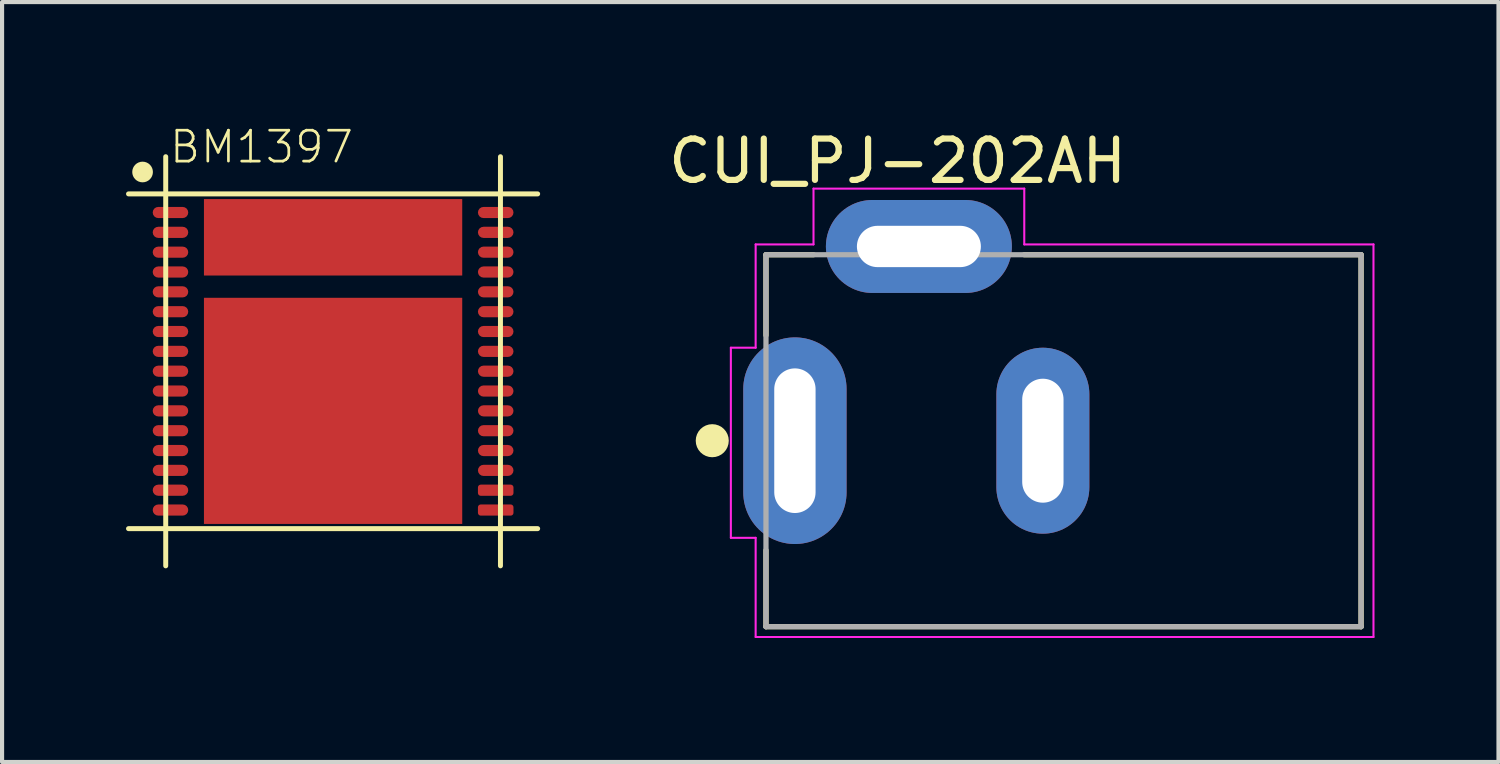
<source format=kicad_pcb>
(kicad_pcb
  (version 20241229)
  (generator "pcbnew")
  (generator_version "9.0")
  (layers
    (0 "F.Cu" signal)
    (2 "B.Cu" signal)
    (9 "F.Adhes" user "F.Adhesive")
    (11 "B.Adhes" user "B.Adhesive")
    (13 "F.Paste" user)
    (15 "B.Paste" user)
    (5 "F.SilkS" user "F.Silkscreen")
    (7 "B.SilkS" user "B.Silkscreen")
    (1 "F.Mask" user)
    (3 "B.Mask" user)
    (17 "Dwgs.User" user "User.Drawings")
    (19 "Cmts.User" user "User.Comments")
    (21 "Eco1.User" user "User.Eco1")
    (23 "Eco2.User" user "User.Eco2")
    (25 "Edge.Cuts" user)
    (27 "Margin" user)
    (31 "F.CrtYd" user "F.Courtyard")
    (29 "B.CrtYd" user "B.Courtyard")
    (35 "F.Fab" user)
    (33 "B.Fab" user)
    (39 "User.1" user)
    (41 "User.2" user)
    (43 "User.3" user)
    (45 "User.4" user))
  (footprint "BM1397"
    (layer "F.Cu")
    (at 5.01 5.692)
    (property "Reference" "BM1397" (at -4 -4.749 0) (layer "F.SilkS") (effects (font (size 0.748 0.748) (thickness 0.065)) (justify left bottom)))
    (fp_line (start -4.95 -4.05) (end 4.95 -4.05) (stroke (width 0.12) (type solid)) (layer "F.SilkS"))
    (fp_line (start -4.05 4.95) (end -4.05 -4.95) (stroke (width 0.12) (type solid)) (layer "F.SilkS"))
    (fp_line (start 4.05 -4.95) (end 4.05 4.95) (stroke (width 0.12) (type solid)) (layer "F.SilkS"))
    (fp_line (start 4.95 4.05) (end -4.95 4.05) (stroke (width 0.12) (type solid)) (layer "F.SilkS"))
    (fp_circle (center -4.61 -4.58) (end -4.485 -4.58) (stroke (width 0.25) (type solid)) (fill no) (layer "F.SilkS"))
    (fp_poly (pts (xy -2.66 -2.3) (xy -1.2 -2.3) (xy -1.2 -3.7) (xy -2.66 -3.7)) (stroke (width 0.1) (type solid)) (fill yes) (layer "F.Paste"))
    (fp_poly (pts (xy -2.66 1) (xy -1.2 1) (xy -1.2 -1.3) (xy -2.66 -1.3)) (stroke (width 0.1) (type solid)) (fill yes) (layer "F.Paste"))
    (fp_poly (pts (xy -2.66 3.7) (xy -1.2 3.7) (xy -1.2 1.4) (xy -2.66 1.4)) (stroke (width 0.1) (type solid)) (fill yes) (layer "F.Paste"))
    (fp_poly (pts (xy -0.56 -2.3) (xy 0.66 -2.3) (xy 0.66 -3.7) (xy -0.56 -3.7)) (stroke (width 0.1) (type solid)) (fill yes) (layer "F.Paste"))
    (fp_poly (pts (xy -0.56 1) (xy 0.66 1) (xy 0.66 -1.3) (xy -0.56 -1.3)) (stroke (width 0.1) (type solid)) (fill yes) (layer "F.Paste"))
    (fp_poly (pts (xy -0.56 3.7) (xy 0.66 3.7) (xy 0.66 1.4) (xy -0.56 1.4)) (stroke (width 0.1) (type solid)) (fill yes) (layer "F.Paste"))
    (fp_poly (pts (xy 1.2 -2.3) (xy 2.66 -2.3) (xy 2.66 -3.7) (xy 1.2 -3.7)) (stroke (width 0.1) (type solid)) (fill yes) (layer "F.Paste"))
    (fp_poly (pts (xy 1.2 1) (xy 2.66 1) (xy 2.66 -1.3) (xy 1.2 -1.3)) (stroke (width 0.1) (type solid)) (fill yes) (layer "F.Paste"))
    (fp_poly (pts (xy 1.2 3.7) (xy 2.66 3.7) (xy 2.66 1.4) (xy 1.2 1.4)) (stroke (width 0.1) (type solid)) (fill yes) (layer "F.Paste"))
    (pad "1" smd roundrect (at -3.935 -3.6) (size 0.86 0.27) (layers "F.Cu" "F.Mask" "F.Paste") (roundrect_rratio 0.5))
    (pad "2" smd roundrect (at -3.935 -3.12) (size 0.86 0.27) (layers "F.Cu" "F.Mask" "F.Paste") (roundrect_rratio 0.5))
    (pad "3" smd roundrect (at -3.935 -2.64) (size 0.86 0.27) (layers "F.Cu" "F.Mask" "F.Paste") (roundrect_rratio 0.5))
    (pad "4" smd roundrect (at -3.935 -2.16) (size 0.86 0.27) (layers "F.Cu" "F.Mask" "F.Paste") (roundrect_rratio 0.5))
    (pad "5" smd roundrect (at -3.935 -1.68) (size 0.86 0.27) (layers "F.Cu" "F.Mask" "F.Paste") (roundrect_rratio 0.5))
    (pad "6" smd roundrect (at -3.935 -1.2) (size 0.86 0.27) (layers "F.Cu" "F.Mask" "F.Paste") (roundrect_rratio 0.5))
    (pad "7" smd roundrect (at -3.935 -0.72) (size 0.86 0.27) (layers "F.Cu" "F.Mask" "F.Paste") (roundrect_rratio 0.5))
    (pad "8" smd roundrect (at -3.935 -0.24) (size 0.86 0.27) (layers "F.Cu" "F.Mask" "F.Paste") (roundrect_rratio 0.5))
    (pad "9" smd roundrect (at -3.935 0.24) (size 0.86 0.27) (layers "F.Cu" "F.Mask" "F.Paste") (roundrect_rratio 0.5))
    (pad "10" smd roundrect (at -3.935 0.72) (size 0.86 0.27) (layers "F.Cu" "F.Mask" "F.Paste") (roundrect_rratio 0.5))
    (pad "11" smd roundrect (at -3.935 1.2) (size 0.86 0.27) (layers "F.Cu" "F.Mask" "F.Paste") (roundrect_rratio 0.5))
    (pad "12" smd roundrect (at -3.935 1.68) (size 0.86 0.27) (layers "F.Cu" "F.Mask" "F.Paste") (roundrect_rratio 0.5))
    (pad "13" smd roundrect (at -3.935 2.16) (size 0.86 0.27) (layers "F.Cu" "F.Mask" "F.Paste") (roundrect_rratio 0.5))
    (pad "14" smd roundrect (at -3.935 2.64) (size 0.86 0.27) (layers "F.Cu" "F.Mask" "F.Paste") (roundrect_rratio 0.5))
    (pad "15" smd roundrect (at -3.935 3.12) (size 0.86 0.27) (layers "F.Cu" "F.Mask" "F.Paste") (roundrect_rratio 0.5))
    (pad "16" smd roundrect (at -3.935 3.6) (size 0.86 0.27) (layers "F.Cu" "F.Mask" "F.Paste") (roundrect_rratio 0.5))
    (pad "17" smd roundrect (at 3.935 3.6) (size 0.86 0.27) (layers "F.Cu" "F.Mask" "F.Paste") (roundrect_rratio 0.25))
    (pad "18" smd roundrect (at 3.935 3.12) (size 0.86 0.27) (layers "F.Cu" "F.Mask" "F.Paste") (roundrect_rratio 0.25))
    (pad "19" smd roundrect (at 3.935 2.64) (size 0.86 0.27) (layers "F.Cu" "F.Mask" "F.Paste") (roundrect_rratio 0.5))
    (pad "20" smd roundrect (at 3.935 2.16) (size 0.86 0.27) (layers "F.Cu" "F.Mask" "F.Paste") (roundrect_rratio 0.5))
    (pad "21" smd roundrect (at 3.935 1.68) (size 0.86 0.27) (layers "F.Cu" "F.Mask" "F.Paste") (roundrect_rratio 0.5))
    (pad "22" smd roundrect (at 3.935 1.2) (size 0.86 0.27) (layers "F.Cu" "F.Mask" "F.Paste") (roundrect_rratio 0.5))
    (pad "23" smd roundrect (at 3.935 0.72) (size 0.86 0.27) (layers "F.Cu" "F.Mask" "F.Paste") (roundrect_rratio 0.5))
    (pad "24" smd roundrect (at 3.935 0.24) (size 0.86 0.27) (layers "F.Cu" "F.Mask" "F.Paste") (roundrect_rratio 0.5))
    (pad "25" smd roundrect (at 3.935 -0.24) (size 0.86 0.27) (layers "F.Cu" "F.Mask" "F.Paste") (roundrect_rratio 0.5))
    (pad "26" smd roundrect (at 3.935 -0.72) (size 0.86 0.27) (layers "F.Cu" "F.Mask" "F.Paste") (roundrect_rratio 0.5))
    (pad "27" smd roundrect (at 3.935 -1.2) (size 0.86 0.27) (layers "F.Cu" "F.Mask" "F.Paste") (roundrect_rratio 0.5))
    (pad "28" smd roundrect (at 3.935 -1.68) (size 0.86 0.27) (layers "F.Cu" "F.Mask" "F.Paste") (roundrect_rratio 0.5))
    (pad "29" smd roundrect (at 3.935 -2.16) (size 0.86 0.27) (layers "F.Cu" "F.Mask" "F.Paste") (roundrect_rratio 0.5))
    (pad "30" smd roundrect (at 3.935 -2.64) (size 0.86 0.27) (layers "F.Cu" "F.Mask" "F.Paste") (roundrect_rratio 0.5))
    (pad "31" smd roundrect (at 3.935 -3.12) (size 0.86 0.27) (layers "F.Cu" "F.Mask" "F.Paste") (roundrect_rratio 0.5))
    (pad "32" smd roundrect (at 3.935 -3.6) (size 0.86 0.27) (layers "F.Cu" "F.Mask" "F.Paste") (roundrect_rratio 0.5))
    (pad "33" smd rect (at 0 -3) (size 6.25 1.85) (layers "F.Cu" "F.Mask"))
    (pad "34" smd rect (at 0 1.2) (size 6.25 5.472) (layers "F.Cu" "F.Mask")))
  (footprint "CUI_PJ-202AH"
    (layer "F.Cu")
    (at 22.685 7.614)
    (property "Reference" "CUI_PJ-202AH" (at -4.015 -6.766 0) (layer "F.SilkS") (effects (font (size 1 1) (thickness 0.15))))
    (attr through_hole)
    (fp_line (start -7.2 -4.5) (end -6.05 -4.5) (stroke (width 0.127) (type solid)) (layer "F.SilkS"))
    (fp_line (start -7.2 -2.55) (end -7.2 -4.5) (stroke (width 0.127) (type solid)) (layer "F.SilkS"))
    (fp_line (start -7.2 4.5) (end -7.2 2.65) (stroke (width 0.127) (type solid)) (layer "F.SilkS"))
    (fp_line (start -0.95 -4.5) (end 7.2 -4.5) (stroke (width 0.127) (type solid)) (layer "F.SilkS"))
    (fp_line (start 7.2 -4.5) (end 7.2 4.5) (stroke (width 0.127) (type solid)) (layer "F.SilkS"))
    (fp_line (start 7.2 4.5) (end -7.2 4.5) (stroke (width 0.127) (type solid)) (layer "F.SilkS"))
    (fp_circle (center -8.5 0) (end -8.3 0) (stroke (width 0.4) (type solid)) (fill no) (layer "F.SilkS"))
    (fp_line (start -8.05 -2.25) (end -8.05 2.35) (stroke (width 0.05) (type solid)) (layer "F.CrtYd"))
    (fp_line (start -8.05 2.35) (end -7.45 2.35) (stroke (width 0.05) (type solid)) (layer "F.CrtYd"))
    (fp_line (start -7.45 -4.75) (end -6.05 -4.75) (stroke (width 0.05) (type solid)) (layer "F.CrtYd"))
    (fp_line (start -7.45 -2.25) (end -8.05 -2.25) (stroke (width 0.05) (type solid)) (layer "F.CrtYd"))
    (fp_line (start -7.45 -2.25) (end -7.45 -4.75) (stroke (width 0.05) (type solid)) (layer "F.CrtYd"))
    (fp_line (start -7.45 4.75) (end -7.45 2.35) (stroke (width 0.05) (type solid)) (layer "F.CrtYd"))
    (fp_line (start -6.05 -6.1) (end -0.95 -6.1) (stroke (width 0.05) (type solid)) (layer "F.CrtYd"))
    (fp_line (start -6.05 -4.75) (end -6.05 -6.1) (stroke (width 0.05) (type solid)) (layer "F.CrtYd"))
    (fp_line (start -0.95 -6.1) (end -0.95 -4.75) (stroke (width 0.05) (type solid)) (layer "F.CrtYd"))
    (fp_line (start -0.95 -4.75) (end 7.5 -4.75) (stroke (width 0.05) (type solid)) (layer "F.CrtYd"))
    (fp_line (start 7.5 -4.75) (end 7.5 4.75) (stroke (width 0.05) (type solid)) (layer "F.CrtYd"))
    (fp_line (start 7.5 4.75) (end -7.45 4.75) (stroke (width 0.05) (type solid)) (layer "F.CrtYd"))
    (fp_line (start -7.2 -4.5) (end 7.2 -4.5) (stroke (width 0.127) (type solid)) (layer "F.Fab"))
    (fp_line (start -7.2 4.5) (end -7.2 -4.5) (stroke (width 0.127) (type solid)) (layer "F.Fab"))
    (fp_line (start 7.2 -4.5) (end 7.2 4.5) (stroke (width 0.127) (type solid)) (layer "F.Fab"))
    (fp_line (start 7.2 4.5) (end -7.2 4.5) (stroke (width 0.127) (type solid)) (layer "F.Fab"))
    (pad "1" thru_hole oval (at -6.5 0) (size 2.5 5) (drill oval 1 3.5) (layers "*.Cu" "*.Mask"))
    (pad "2" thru_hole oval (at -0.5 0) (size 2.25 4.5) (drill oval 1 3) (layers "*.Cu" "*.Mask"))
    (pad "3" thru_hole oval (at -3.5 -4.7) (size 4.5 2.25) (drill oval 3 1) (layers "*.Cu" "*.Mask")))
  (gr_rect
    (start -3 -3)
    (end 33.21 15.389)
    (stroke (width 0.1) (type default))
    (fill no)
    (layer "Edge.Cuts")))
</source>
